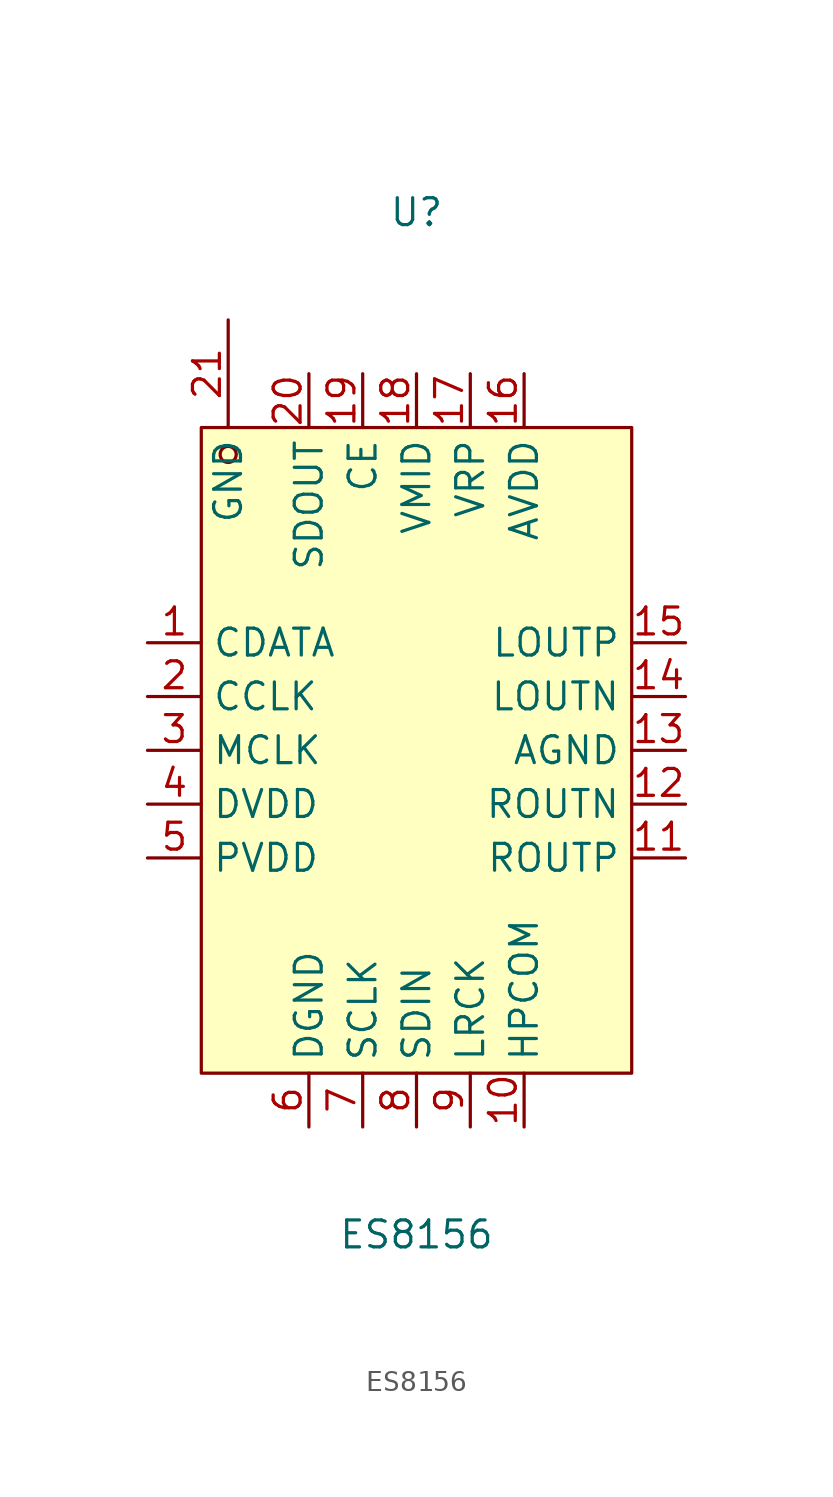
<source format=kicad_sym>
(kicad_symbol_lib
  (version 20211014)
  (generator https://github.com/uPesy/easyeda2kicad.py)
  (symbol "ES8156"
    (property "Reference" "U"
      (at 0 25.40 0)
      (effects (font (size 1.27 1.27))))
    (property "Value" "ES8156"
      (at 0 -22.86 0)
      (effects (font (size 1.27 1.27))))
    (symbol "ES8156_0_1"
      (rectangle (start -10.16 15.24) (end 10.16 -15.24) (stroke (width 0) (type default) (color 0 0 0 0)) (fill (type background)))
      (circle (center -8.89 13.97) (radius 0.38) (stroke (width 0) (type default) (color 0 0 0 0)) (fill (type none)))
      (pin unspecified line (at -12.70 5.08 0) (length 2.54) (name "CDATA" (effects (font (size 1.27 1.27)))) (number "1" (effects (font (size 1.27 1.27)))))
      (pin unspecified line (at -12.70 2.54 0) (length 2.54) (name "CCLK" (effects (font (size 1.27 1.27)))) (number "2" (effects (font (size 1.27 1.27)))))
      (pin unspecified line (at -12.70 -0.00 0) (length 2.54) (name "MCLK" (effects (font (size 1.27 1.27)))) (number "3" (effects (font (size 1.27 1.27)))))
      (pin unspecified line (at -12.70 -2.54 0) (length 2.54) (name "DVDD" (effects (font (size 1.27 1.27)))) (number "4" (effects (font (size 1.27 1.27)))))
      (pin unspecified line (at -12.70 -5.08 0) (length 2.54) (name "PVDD" (effects (font (size 1.27 1.27)))) (number "5" (effects (font (size 1.27 1.27)))))
      (pin unspecified line (at -5.08 -17.78 90) (length 2.54) (name "DGND" (effects (font (size 1.27 1.27)))) (number "6" (effects (font (size 1.27 1.27)))))
      (pin unspecified line (at -2.54 -17.78 90) (length 2.54) (name "SCLK" (effects (font (size 1.27 1.27)))) (number "7" (effects (font (size 1.27 1.27)))))
      (pin unspecified line (at 0.00 -17.78 90) (length 2.54) (name "SDIN" (effects (font (size 1.27 1.27)))) (number "8" (effects (font (size 1.27 1.27)))))
      (pin unspecified line (at 2.54 -17.78 90) (length 2.54) (name "LRCK" (effects (font (size 1.27 1.27)))) (number "9" (effects (font (size 1.27 1.27)))))
      (pin unspecified line (at 5.08 -17.78 90) (length 2.54) (name "HPCOM" (effects (font (size 1.27 1.27)))) (number "10" (effects (font (size 1.27 1.27)))))
      (pin unspecified line (at 12.70 -5.08 180) (length 2.54) (name "ROUTP" (effects (font (size 1.27 1.27)))) (number "11" (effects (font (size 1.27 1.27)))))
      (pin unspecified line (at 12.70 -2.54 180) (length 2.54) (name "ROUTN" (effects (font (size 1.27 1.27)))) (number "12" (effects (font (size 1.27 1.27)))))
      (pin unspecified line (at 12.70 -0.00 180) (length 2.54) (name "AGND" (effects (font (size 1.27 1.27)))) (number "13" (effects (font (size 1.27 1.27)))))
      (pin unspecified line (at 12.70 2.54 180) (length 2.54) (name "LOUTN" (effects (font (size 1.27 1.27)))) (number "14" (effects (font (size 1.27 1.27)))))
      (pin unspecified line (at 12.70 5.08 180) (length 2.54) (name "LOUTP" (effects (font (size 1.27 1.27)))) (number "15" (effects (font (size 1.27 1.27)))))
      (pin unspecified line (at 5.08 17.78 270) (length 2.54) (name "AVDD" (effects (font (size 1.27 1.27)))) (number "16" (effects (font (size 1.27 1.27)))))
      (pin unspecified line (at 2.54 17.78 270) (length 2.54) (name "VRP" (effects (font (size 1.27 1.27)))) (number "17" (effects (font (size 1.27 1.27)))))
      (pin unspecified line (at 0.00 17.78 270) (length 2.54) (name "VMID" (effects (font (size 1.27 1.27)))) (number "18" (effects (font (size 1.27 1.27)))))
      (pin unspecified line (at -2.54 17.78 270) (length 2.54) (name "CE" (effects (font (size 1.27 1.27)))) (number "19" (effects (font (size 1.27 1.27)))))
      (pin unspecified line (at -5.08 17.78 270) (length 2.54) (name "SDOUT" (effects (font (size 1.27 1.27)))) (number "20" (effects (font (size 1.27 1.27)))))
      (pin unspecified line (at -8.89 20.32 270) (length 5.08) (name "GND" (effects (font (size 1.27 1.27)))) (number "21" (effects (font (size 1.27 1.27))))))))
</source>
